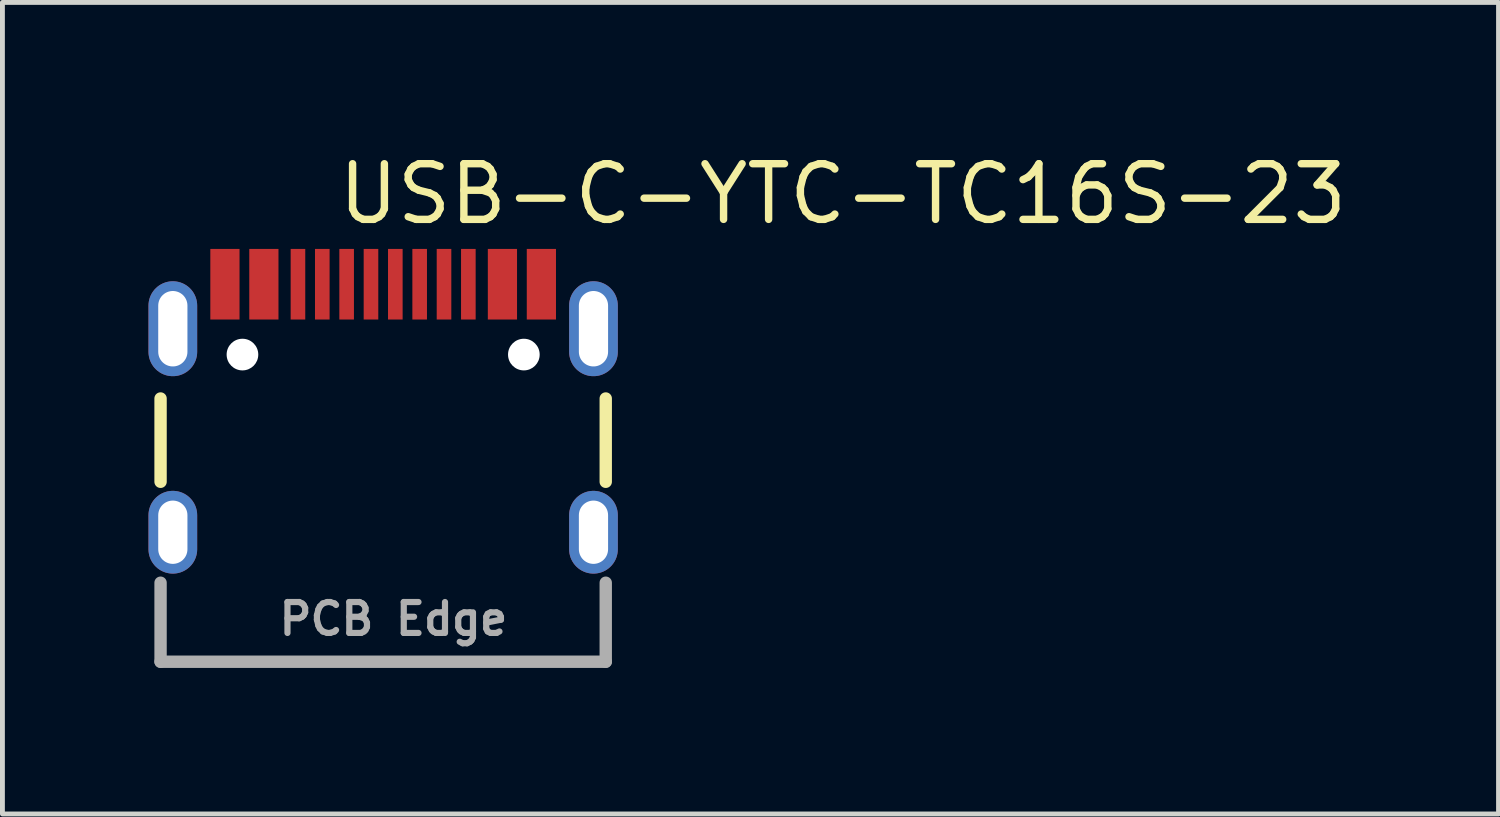
<source format=kicad_pcb>
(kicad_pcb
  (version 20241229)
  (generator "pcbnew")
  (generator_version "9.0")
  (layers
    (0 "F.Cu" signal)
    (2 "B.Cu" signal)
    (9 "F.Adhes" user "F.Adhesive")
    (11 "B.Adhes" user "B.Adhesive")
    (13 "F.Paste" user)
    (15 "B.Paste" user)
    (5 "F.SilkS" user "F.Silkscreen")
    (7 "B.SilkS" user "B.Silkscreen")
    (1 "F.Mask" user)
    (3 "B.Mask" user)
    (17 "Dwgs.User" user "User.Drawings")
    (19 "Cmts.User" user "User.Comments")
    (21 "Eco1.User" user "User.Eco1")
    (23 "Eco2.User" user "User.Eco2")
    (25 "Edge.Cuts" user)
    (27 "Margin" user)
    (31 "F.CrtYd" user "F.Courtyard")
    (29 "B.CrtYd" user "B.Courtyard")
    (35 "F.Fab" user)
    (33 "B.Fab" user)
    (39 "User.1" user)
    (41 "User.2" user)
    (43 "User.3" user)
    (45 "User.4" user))
  (footprint "USB-C-YTC-TC16S-23"
    (layer "F.Cu")
    (at 4.82 5.335)
    (property "Reference" "USB-C-YTC-TC16S-23" (at -1 -4.4 0) (layer "F.SilkS") (effects (font (size 1.143 1.143) (thickness 0.152)) (justify left)))
    (attr smd)
    (fp_line (start -4.572 -0.2) (end -4.572 1.511) (stroke (width 0.254) (type solid)) (layer "F.SilkS"))
    (fp_line (start 4.572 1.511) (end 4.572 -0.2) (stroke (width 0.254) (type solid)) (layer "F.SilkS"))
    (fp_poly (pts (xy -3.55 -3.272) (xy -3.55 -1.822) (xy -2.95 -1.822) (xy -2.95 -3.272)) (stroke (width 0) (type solid)) (fill yes) (layer "F.Paste"))
    (fp_poly (pts (xy -2.75 -3.272) (xy -2.75 -1.822) (xy -2.15 -1.822) (xy -2.15 -3.272)) (stroke (width 0) (type solid)) (fill yes) (layer "F.Paste"))
    (fp_poly (pts (xy -1.6 -1.822) (xy -1.6 -3.272) (xy -1.9 -3.272) (xy -1.9 -1.822)) (stroke (width 0) (type solid)) (fill yes) (layer "F.Paste"))
    (fp_poly (pts (xy -1.1 -1.822) (xy -1.1 -3.272) (xy -1.4 -3.272) (xy -1.4 -1.822)) (stroke (width 0) (type solid)) (fill yes) (layer "F.Paste"))
    (fp_poly (pts (xy -0.6 -1.822) (xy -0.6 -3.272) (xy -0.9 -3.272) (xy -0.9 -1.822)) (stroke (width 0) (type solid)) (fill yes) (layer "F.Paste"))
    (fp_poly (pts (xy -0.1 -1.822) (xy -0.1 -3.272) (xy -0.4 -3.272) (xy -0.4 -1.822)) (stroke (width 0) (type solid)) (fill yes) (layer "F.Paste"))
    (fp_poly (pts (xy 0.4 -1.822) (xy 0.4 -3.272) (xy 0.1 -3.272) (xy 0.1 -1.822)) (stroke (width 0) (type solid)) (fill yes) (layer "F.Paste"))
    (fp_poly (pts (xy 0.9 -1.822) (xy 0.9 -3.272) (xy 0.6 -3.272) (xy 0.6 -1.822)) (stroke (width 0) (type solid)) (fill yes) (layer "F.Paste"))
    (fp_poly (pts (xy 1.4 -1.822) (xy 1.4 -3.272) (xy 1.1 -3.272) (xy 1.1 -1.822)) (stroke (width 0) (type solid)) (fill yes) (layer "F.Paste"))
    (fp_poly (pts (xy 1.6 -3.272) (xy 1.6 -1.822) (xy 1.9 -1.822) (xy 1.9 -3.272)) (stroke (width 0) (type solid)) (fill yes) (layer "F.Paste"))
    (fp_poly (pts (xy 2.15 -3.272) (xy 2.15 -1.822) (xy 2.75 -1.822) (xy 2.75 -3.272)) (stroke (width 0) (type solid)) (fill yes) (layer "F.Paste"))
    (fp_poly (pts (xy 2.95 -3.272) (xy 2.95 -1.822) (xy 3.55 -1.822) (xy 3.55 -3.272)) (stroke (width 0) (type solid)) (fill yes) (layer "F.Paste"))
    (fp_circle (center -2.89 -1.102) (end -2.763 -1.102) (stroke (width 0.254) (type solid)) (fill no) (layer "Cmts.User"))
    (fp_circle (center 2.89 -1.102) (end 3.017 -1.102) (stroke (width 0.254) (type solid)) (fill no) (layer "Cmts.User"))
    (fp_line (start -4.572 3.584) (end -4.572 5.207) (stroke (width 0.254) (type solid)) (layer "F.Fab"))
    (fp_line (start -4.572 5.207) (end 4.572 5.207) (stroke (width 0.254) (type solid)) (layer "F.Fab"))
    (fp_line (start 4.572 5.207) (end 4.572 3.584) (stroke (width 0.254) (type solid)) (layer "F.Fab"))
    (fp_text user "PCB Edge" (at -2.2 4.7 0) (unlocked yes) (layer "F.Fab") (effects (font (size 0.635 0.635) (thickness 0.127) (bold yes)) (justify left bottom)))
    (pad "" np_thru_hole circle (at -2.89 -1.102) (size 0.65 0.65) (drill 0.65) (layers "*.Cu" "*.Mask"))
    (pad "" np_thru_hole circle (at 2.89 -1.102) (size 0.65 0.65) (drill 0.65) (layers "*.Cu" "*.Mask"))
    (pad "A1B12" smd rect (at -3.25 -2.547) (size 0.6 1.45) (layers "F.Cu" "F.Mask" "F.Paste"))
    (pad "A4B9" smd rect (at -2.45 -2.547) (size 0.6 1.45) (layers "F.Cu" "F.Mask" "F.Paste"))
    (pad "A5" smd rect (at -1.25 -2.547) (size 0.3 1.45) (layers "F.Cu" "F.Mask" "F.Paste"))
    (pad "A6" smd rect (at -0.25 -2.547) (size 0.3 1.45) (layers "F.Cu" "F.Mask" "F.Paste"))
    (pad "A7" smd rect (at 0.25 -2.547) (size 0.3 1.45) (layers "F.Cu" "F.Mask" "F.Paste"))
    (pad "A8" smd rect (at 1.25 -2.547) (size 0.3 1.45) (layers "F.Cu" "F.Mask" "F.Paste"))
    (pad "A9B4" smd rect (at 2.45 -2.547) (size 0.6 1.45) (layers "F.Cu" "F.Mask" "F.Paste"))
    (pad "A12B1" smd rect (at 3.25 -2.547) (size 0.6 1.45) (layers "F.Cu" "F.Mask" "F.Paste"))
    (pad "B5" smd rect (at 1.75 -2.547) (size 0.3 1.45) (layers "F.Cu" "F.Mask" "F.Paste"))
    (pad "B6" smd rect (at 0.75 -2.547) (size 0.3 1.45) (layers "F.Cu" "F.Mask" "F.Paste"))
    (pad "B7" smd rect (at -0.75 -2.547) (size 0.3 1.45) (layers "F.Cu" "F.Mask" "F.Paste"))
    (pad "B8" smd rect (at -1.75 -2.547) (size 0.3 1.45) (layers "F.Cu" "F.Mask" "F.Paste"))
    (pad "S1" thru_hole oval (at -4.32 -1.633) (size 1 1.95) (drill oval 0.6 1.55) (layers "*.Cu" "*.Mask"))
    (pad "S1" thru_hole oval (at -4.32 2.547) (size 1 1.7) (drill oval 0.6 1.3) (layers "*.Cu" "*.Mask"))
    (pad "S1" thru_hole oval (at 4.32 -1.633) (size 1 1.95) (drill oval 0.6 1.55) (layers "*.Cu" "*.Mask"))
    (pad "S1" thru_hole oval (at 4.32 2.547) (size 1 1.7) (drill oval 0.6 1.3) (layers "*.Cu" "*.Mask")))
  (gr_rect
    (start -3 -3)
    (end 27.73 13.669)
    (stroke (width 0.1) (type default))
    (fill no)
    (layer "Edge.Cuts")))
</source>
